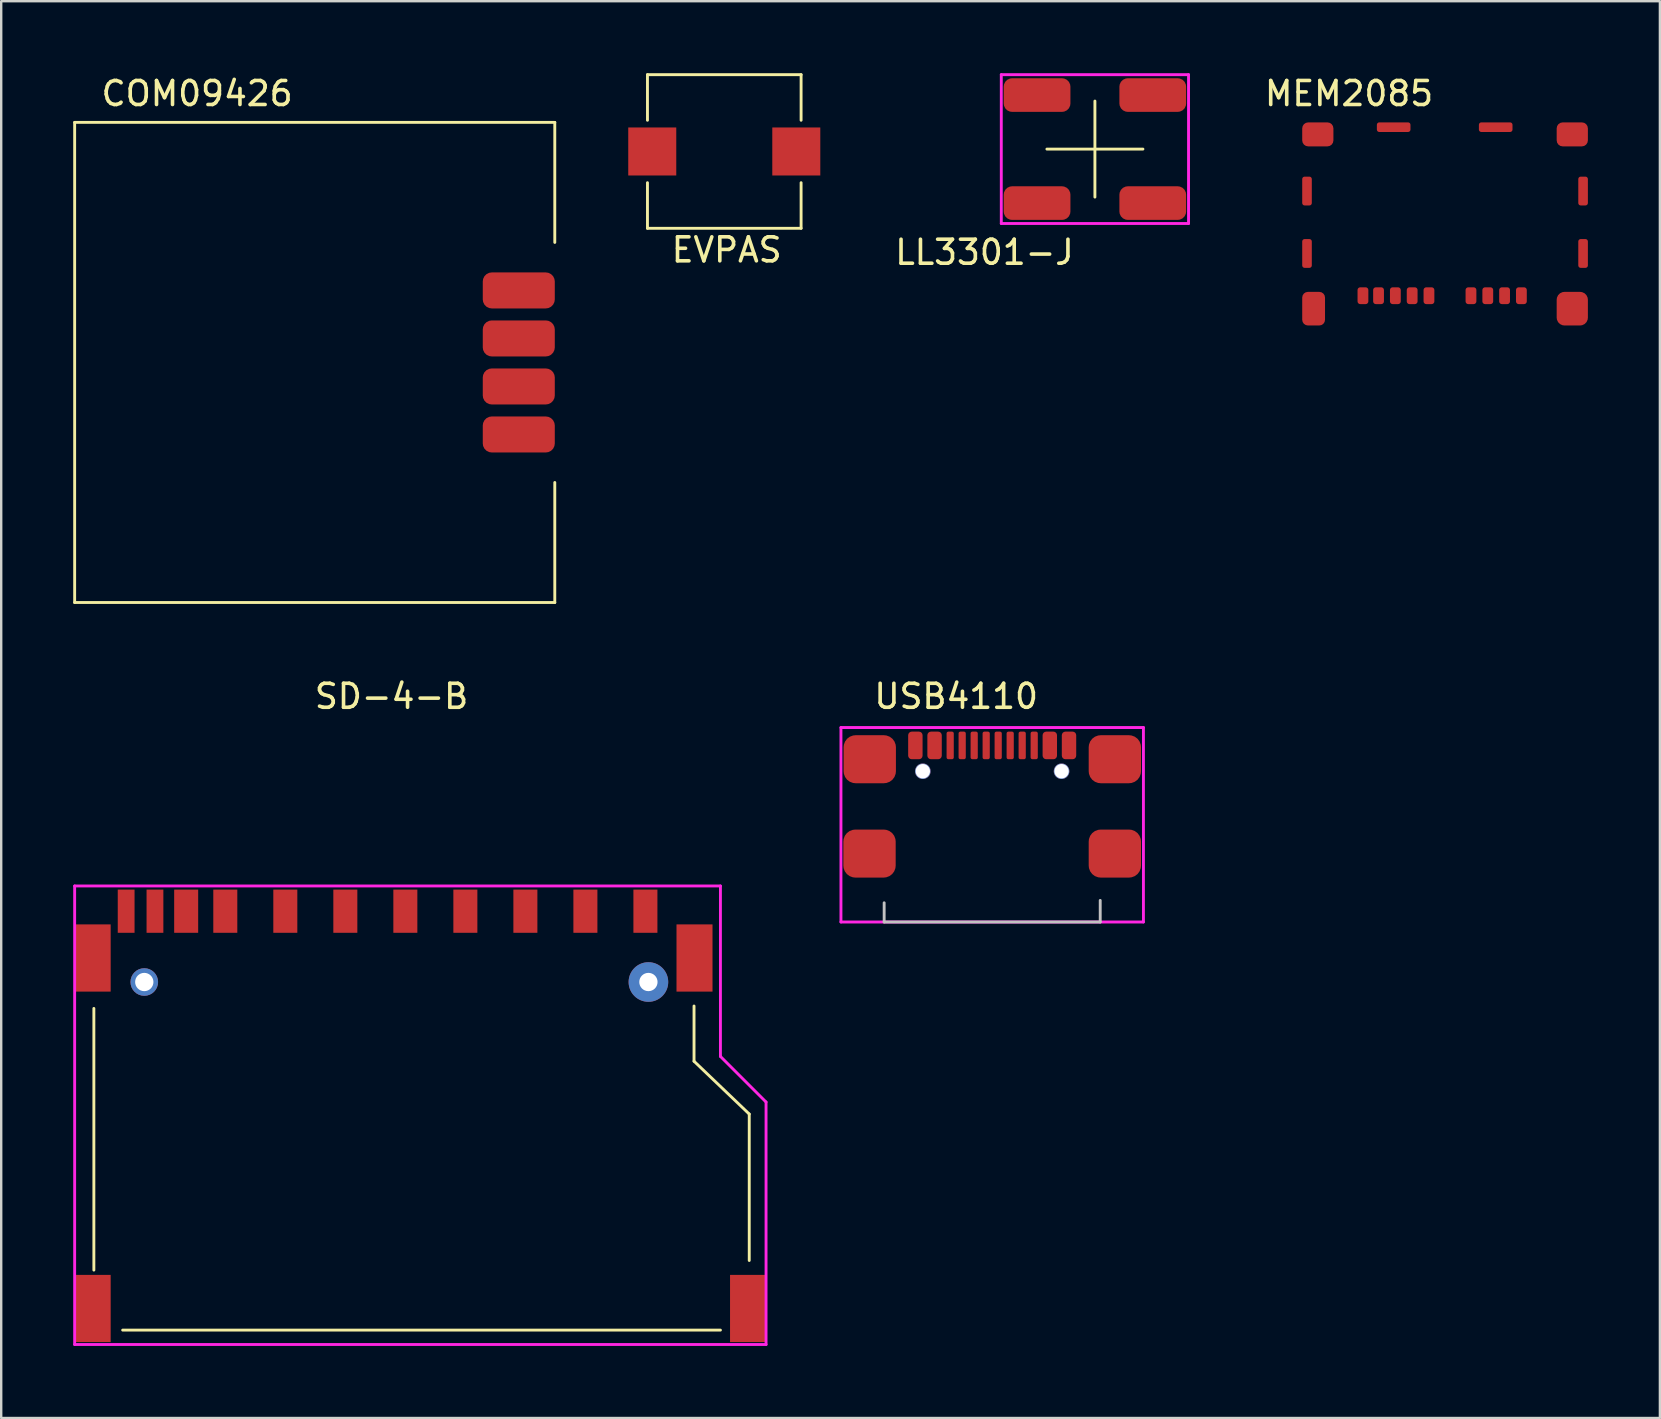
<source format=kicad_pcb>
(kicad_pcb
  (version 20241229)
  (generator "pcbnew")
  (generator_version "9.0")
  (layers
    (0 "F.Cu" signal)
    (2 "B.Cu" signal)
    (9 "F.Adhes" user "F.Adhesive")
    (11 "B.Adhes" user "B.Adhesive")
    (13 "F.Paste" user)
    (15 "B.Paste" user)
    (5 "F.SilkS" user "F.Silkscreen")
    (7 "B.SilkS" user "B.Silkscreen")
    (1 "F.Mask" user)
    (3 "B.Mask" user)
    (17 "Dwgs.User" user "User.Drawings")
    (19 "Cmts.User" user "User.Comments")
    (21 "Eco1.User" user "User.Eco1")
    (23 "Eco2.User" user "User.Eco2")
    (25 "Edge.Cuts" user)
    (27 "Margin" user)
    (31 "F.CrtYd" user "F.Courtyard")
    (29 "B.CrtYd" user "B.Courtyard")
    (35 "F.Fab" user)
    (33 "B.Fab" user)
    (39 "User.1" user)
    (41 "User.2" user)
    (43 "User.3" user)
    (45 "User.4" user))
  (footprint "EVPAS"
    (layer "F.Cu")
    (at 27.12 3.26)
    (property "Reference" "EVPAS" (at 0.1 4.1 0) (layer "F.SilkS") (effects (font (size 1 1) (thickness 0.15))))
    (attr through_hole)
    (fp_line (start -3.2 -3.2) (end 3.2 -3.2) (stroke (width 0.12) (type solid)) (layer "F.SilkS"))
    (fp_line (start -3.2 -1.3) (end -3.2 -3.2) (stroke (width 0.12) (type solid)) (layer "F.SilkS"))
    (fp_line (start -3.2 3.2) (end -3.2 1.3) (stroke (width 0.12) (type solid)) (layer "F.SilkS"))
    (fp_line (start -3.2 3.2) (end 3.2 3.2) (stroke (width 0.12) (type solid)) (layer "F.SilkS"))
    (fp_line (start 3.2 -3.2) (end 3.2 -1.3) (stroke (width 0.12) (type solid)) (layer "F.SilkS"))
    (fp_line (start 3.2 3.2) (end 3.2 1.3) (stroke (width 0.12) (type solid)) (layer "F.SilkS"))
    (pad "1" smd rect (at -3 0) (size 2 2) (layers "F.Cu" "F.Mask" "F.Paste"))
    (pad "2" smd rect (at 3 0) (size 2 2) (layers "F.Cu" "F.Mask" "F.Paste")))
  (footprint "USB4110"
    (layer "F.Cu")
    (at 38.28 35.356)
    (property "Reference" "USB4110" (at -1.5 -9.4 0) (layer "F.SilkS") (effects (font (size 1 1) (thickness 0.15))))
    (attr through_hole)
    (fp_line (start -4.5 -0.8) (end -4.5 0) (stroke (width 0.12) (type solid)) (layer "Dwgs.User"))
    (fp_line (start -4.5 0) (end 4.5 0) (stroke (width 0.12) (type solid)) (layer "Dwgs.User"))
    (fp_line (start 4.5 0) (end 4.5 -0.9) (stroke (width 0.12) (type solid)) (layer "Dwgs.User"))
    (fp_line (start -6.3 -8.1) (end 6.3 -8.1) (stroke (width 0.12) (type solid)) (layer "F.CrtYd"))
    (fp_line (start -6.3 0) (end -6.3 -8.1) (stroke (width 0.12) (type solid)) (layer "F.CrtYd"))
    (fp_line (start -6.3 0) (end 6.3 0) (stroke (width 0.12) (type solid)) (layer "F.CrtYd"))
    (fp_line (start 6.3 -8.1) (end 6.3 0) (stroke (width 0.12) (type solid)) (layer "F.CrtYd"))
    (pad "" np_thru_hole circle (at -2.89 -6.28) (size 0.65 0.65) (drill 0.6) (layers "*.Cu" "*.Mask"))
    (pad "" np_thru_hole circle (at 2.89 -6.28) (size 0.65 0.65) (drill 0.6) (layers "*.Cu" "*.Mask"))
    (pad "A1" smd roundrect (at -3.2 -7.355) (size 0.6 1.15) (layers "F.Cu" "F.Mask" "F.Paste") (roundrect_rratio 0.25))
    (pad "A1" smd roundrect (at 3.2 -7.355) (size 0.6 1.15) (layers "F.Cu" "F.Mask" "F.Paste") (roundrect_rratio 0.25))
    (pad "A4" smd roundrect (at -2.4 -7.355) (size 0.6 1.15) (layers "F.Cu" "F.Mask" "F.Paste") (roundrect_rratio 0.25))
    (pad "A4" smd roundrect (at 2.4 -7.355) (size 0.6 1.15) (layers "F.Cu" "F.Mask" "F.Paste") (roundrect_rratio 0.25))
    (pad "A5" smd roundrect (at -1.25 -7.355) (size 0.3 1.15) (layers "F.Cu" "F.Mask" "F.Paste") (roundrect_rratio 0.25))
    (pad "A6" smd roundrect (at -0.25 -7.355) (size 0.3 1.15) (layers "F.Cu" "F.Mask" "F.Paste") (roundrect_rratio 0.25))
    (pad "A7" smd roundrect (at 0.25 -7.355) (size 0.3 1.15) (layers "F.Cu" "F.Mask" "F.Paste") (roundrect_rratio 0.25))
    (pad "A8" smd roundrect (at 1.25 -7.355) (size 0.3 1.15) (layers "F.Cu" "F.Mask" "F.Paste") (roundrect_rratio 0.25))
    (pad "B5" smd roundrect (at 1.75 -7.355) (size 0.3 1.15) (layers "F.Cu" "F.Mask" "F.Paste") (roundrect_rratio 0.25))
    (pad "B6" smd roundrect (at 0.75 -7.355) (size 0.3 1.15) (layers "F.Cu" "F.Mask" "F.Paste") (roundrect_rratio 0.25))
    (pad "B7" smd roundrect (at -0.75 -7.355) (size 0.3 1.15) (layers "F.Cu" "F.Mask" "F.Paste") (roundrect_rratio 0.25))
    (pad "B8" smd roundrect (at -1.75 -7.355) (size 0.3 1.15) (layers "F.Cu" "F.Mask" "F.Paste") (roundrect_rratio 0.25))
    (pad "S1" smd roundrect (at -5.11 -2.85) (size 2.18 2) (layers "F.Cu" "F.Mask" "F.Paste") (roundrect_rratio 0.25))
    (pad "S1" smd roundrect (at -5.1 -6.78) (size 2.18 2) (layers "F.Cu" "F.Mask" "F.Paste") (roundrect_rratio 0.25))
    (pad "S1" smd roundrect (at 5.11 -6.78) (size 2.18 2) (layers "F.Cu" "F.Mask" "F.Paste") (roundrect_rratio 0.25))
    (pad "S1" smd roundrect (at 5.11 -2.85) (size 2.18 2) (layers "F.Cu" "F.Mask" "F.Paste") (roundrect_rratio 0.25)))
  (footprint "COM09426"
    (layer "F.Cu")
    (at 10.06 12.048)
    (property "Reference" "COM09426" (at -4.9 -11.2 0) (layer "F.SilkS") (effects (font (size 1 1) (thickness 0.15))))
    (attr through_hole)
    (fp_line (start -10 -10) (end 10 -10) (stroke (width 0.12) (type solid)) (layer "F.SilkS"))
    (fp_line (start -10 10) (end -10 -10) (stroke (width 0.12) (type solid)) (layer "F.SilkS"))
    (fp_line (start 10 -10) (end 10 -5) (stroke (width 0.12) (type solid)) (layer "F.SilkS"))
    (fp_line (start 10 5) (end 10 10) (stroke (width 0.12) (type solid)) (layer "F.SilkS"))
    (fp_line (start 10 10) (end -10 10) (stroke (width 0.12) (type solid)) (layer "F.SilkS"))
    (pad "1" smd roundrect (at 8.5 3) (size 3 1.5) (layers "F.Cu" "F.Mask" "F.Paste") (roundrect_rratio 0.25))
    (pad "2" smd roundrect (at 8.5 1) (size 3 1.5) (layers "F.Cu" "F.Mask" "F.Paste") (roundrect_rratio 0.25))
    (pad "3" smd roundrect (at 8.5 -1) (size 3 1.5) (layers "F.Cu" "F.Mask" "F.Paste") (roundrect_rratio 0.25))
    (pad "4" smd roundrect (at 8.5 -3) (size 3 1.5) (layers "F.Cu" "F.Mask" "F.Paste") (roundrect_rratio 0.25)))
  (footprint "MEM2085"
    (layer "F.Cu")
    (at 57.144 2.248)
    (property "Reference" "MEM2085" (at -4 -1.4 0) (layer "F.SilkS") (effects (font (size 1 1) (thickness 0.15))))
    (attr through_hole)
    (pad "1" smd roundrect (at 3.18 7.02) (size 0.45 0.7) (layers "F.Cu" "F.Mask" "F.Paste") (roundrect_rratio 0.25))
    (pad "2" smd roundrect (at 2.48 7.02) (size 0.45 0.7) (layers "F.Cu" "F.Mask" "F.Paste") (roundrect_rratio 0.25))
    (pad "3" smd roundrect (at 1.78 7.02) (size 0.45 0.7) (layers "F.Cu" "F.Mask" "F.Paste") (roundrect_rratio 0.25))
    (pad "4" smd roundrect (at 1.08 7.02) (size 0.45 0.7) (layers "F.Cu" "F.Mask" "F.Paste") (roundrect_rratio 0.25))
    (pad "5" smd roundrect (at -0.67 7.02) (size 0.45 0.7) (layers "F.Cu" "F.Mask" "F.Paste") (roundrect_rratio 0.25))
    (pad "6" smd roundrect (at -1.37 7.02) (size 0.45 0.7) (layers "F.Cu" "F.Mask" "F.Paste") (roundrect_rratio 0.25))
    (pad "7" smd roundrect (at -2.77 7.02) (size 0.45 0.7) (layers "F.Cu" "F.Mask" "F.Paste") (roundrect_rratio 0.25))
    (pad "8" smd roundrect (at -3.42 7.02) (size 0.45 0.7) (layers "F.Cu" "F.Mask" "F.Paste") (roundrect_rratio 0.25))
    (pad "CD" smd roundrect (at -2.07 7.02) (size 0.45 0.7) (layers "F.Cu" "F.Mask" "F.Paste") (roundrect_rratio 0.25))
    (pad "GND" smd roundrect (at -5.75 2.66) (size 0.4 1.2) (layers "F.Cu" "F.Mask" "F.Paste") (roundrect_rratio 0.25))
    (pad "GND" smd roundrect (at -5.75 5.26) (size 0.4 1.2) (layers "F.Cu" "F.Mask" "F.Paste") (roundrect_rratio 0.25))
    (pad "GND" smd roundrect (at -5.475 7.56) (size 0.95 1.4) (layers "F.Cu" "F.Mask" "F.Paste") (roundrect_rratio 0.25))
    (pad "GND" smd roundrect (at -5.3 0.3) (size 1.3 1) (layers "F.Cu" "F.Mask" "F.Paste") (roundrect_rratio 0.25))
    (pad "GND" smd roundrect (at -2.14 0) (size 1.4 0.4) (layers "F.Cu" "F.Mask" "F.Paste") (roundrect_rratio 0.25))
    (pad "GND" smd roundrect (at 2.11 0) (size 1.4 0.4) (layers "F.Cu" "F.Mask" "F.Paste") (roundrect_rratio 0.25))
    (pad "GND" smd roundrect (at 5.3 0.3) (size 1.3 1) (layers "F.Cu" "F.Mask" "F.Paste") (roundrect_rratio 0.25))
    (pad "GND" smd roundrect (at 5.3 7.56) (size 1.3 1.4) (layers "F.Cu" "F.Mask" "F.Paste") (roundrect_rratio 0.25))
    (pad "GND" smd roundrect (at 5.75 2.66) (size 0.4 1.2) (layers "F.Cu" "F.Mask" "F.Paste") (roundrect_rratio 0.25))
    (pad "GND" smd roundrect (at 5.75 5.26) (size 0.4 1.2) (layers "F.Cu" "F.Mask" "F.Paste") (roundrect_rratio 0.25)))
  (footprint "SD-4-B"
    (layer "F.Cu")
    (at 14.46 37.856)
    (property "Reference" "SD-4-B" (at -1.2 -11.9 0) (layer "F.SilkS") (effects (font (size 1 1) (thickness 0.15))))
    (attr through_hole)
    (fp_line (start -13.6 12) (end -13.6 1.1) (stroke (width 0.12) (type solid)) (layer "F.SilkS"))
    (fp_line (start 11.4 3.3) (end 11.4 1) (stroke (width 0.12) (type solid)) (layer "F.SilkS"))
    (fp_line (start 12.5 14.5) (end -12.4 14.5) (stroke (width 0.12) (type solid)) (layer "F.SilkS"))
    (fp_line (start 13.7 5.5) (end 11.4 3.3) (stroke (width 0.12) (type solid)) (layer "F.SilkS"))
    (fp_line (start 13.7 11.6) (end 13.7 5.5) (stroke (width 0.12) (type solid)) (layer "F.SilkS"))
    (fp_line (start -14.4 -4) (end 12.5 -4) (stroke (width 0.12) (type solid)) (layer "F.CrtYd"))
    (fp_line (start -14.4 15.1) (end -14.4 -4) (stroke (width 0.12) (type solid)) (layer "F.CrtYd"))
    (fp_line (start 12.5 3.1) (end 12.5 -4) (stroke (width 0.12) (type solid)) (layer "F.CrtYd"))
    (fp_line (start 14.4 5) (end 12.5 3.1) (stroke (width 0.12) (type solid)) (layer "F.CrtYd"))
    (fp_line (start 14.4 5) (end 14.4 15.1) (stroke (width 0.12) (type solid)) (layer "F.CrtYd"))
    (fp_line (start 14.4 15.1) (end -14.4 15.1) (stroke (width 0.12) (type solid)) (layer "F.CrtYd"))
    (pad "" np_thru_hole circle (at -11.5 0) (size 1.15 1.15) (drill 0.762) (layers "*.Cu" "*.Mask"))
    (pad "" np_thru_hole circle (at 9.5 0) (size 1.65 1.65) (drill 0.762) (layers "*.Cu" "*.Mask"))
    (pad "1" smd rect (at 6.875 -2.95) (size 1 1.8) (layers "F.Cu" "F.Mask" "F.Paste"))
    (pad "2" smd rect (at 4.375 -2.95) (size 1 1.8) (layers "F.Cu" "F.Mask" "F.Paste"))
    (pad "3" smd rect (at 1.875 -2.95) (size 1 1.8) (layers "F.Cu" "F.Mask" "F.Paste"))
    (pad "4" smd rect (at -0.625 -2.95) (size 1 1.8) (layers "F.Cu" "F.Mask" "F.Paste"))
    (pad "5" smd rect (at -3.125 -2.95) (size 1 1.8) (layers "F.Cu" "F.Mask" "F.Paste"))
    (pad "6" smd rect (at -5.625 -2.95) (size 1 1.8) (layers "F.Cu" "F.Mask" "F.Paste"))
    (pad "7" smd rect (at -8.125 -2.95) (size 1 1.8) (layers "F.Cu" "F.Mask" "F.Paste"))
    (pad "8" smd rect (at -9.755 -2.95) (size 1 1.8) (layers "F.Cu" "F.Mask" "F.Paste"))
    (pad "9" smd rect (at 9.375 -2.95) (size 1 1.8) (layers "F.Cu" "F.Mask" "F.Paste"))
    (pad "10" smd rect (at -11.055 -2.95) (size 0.7 1.8) (layers "F.Cu" "F.Mask" "F.Paste"))
    (pad "11" smd rect (at -12.255 -2.95) (size 0.7 1.8) (layers "F.Cu" "F.Mask" "F.Paste"))
    (pad "G" smd rect (at -13.65 -1) (size 1.5 2.8) (layers "F.Cu" "F.Mask" "F.Paste"))
    (pad "G" smd rect (at -13.65 13.6) (size 1.5 2.8) (layers "F.Cu" "F.Mask" "F.Paste"))
    (pad "G" smd rect (at 11.42 -1) (size 1.5 2.8) (layers "F.Cu" "F.Mask" "F.Paste"))
    (pad "G" smd rect (at 13.65 13.6) (size 1.5 2.8) (layers "F.Cu" "F.Mask" "F.Paste")))
  (footprint "LL3301-J"
    (layer "F.Cu")
    (at 42.559 3.16)
    (property "Reference" "LL3301-J" (at -4.6 4.3 0) (layer "F.SilkS") (effects (font (size 1 1) (thickness 0.15))))
    (attr through_hole)
    (fp_line (start -2 0) (end 2 0) (stroke (width 0.12) (type solid)) (layer "F.SilkS"))
    (fp_line (start 0 -2) (end 0 2) (stroke (width 0.12) (type solid)) (layer "F.SilkS"))
    (fp_line (start -3.9 -3.1) (end 3.9 -3.1) (stroke (width 0.12) (type solid)) (layer "F.CrtYd"))
    (fp_line (start -3.9 3.1) (end -3.9 -3.1) (stroke (width 0.12) (type solid)) (layer "F.CrtYd"))
    (fp_line (start 3.9 -3.1) (end 3.9 3.1) (stroke (width 0.12) (type solid)) (layer "F.CrtYd"))
    (fp_line (start 3.9 3.1) (end -3.9 3.1) (stroke (width 0.12) (type solid)) (layer "F.CrtYd"))
    (pad "1" smd roundrect (at -2.41 2.25) (size 2.78 1.4) (layers "F.Cu" "F.Mask" "F.Paste") (roundrect_rratio 0.25))
    (pad "2" smd roundrect (at 2.41 2.25) (size 2.78 1.4) (layers "F.Cu" "F.Mask" "F.Paste") (roundrect_rratio 0.25))
    (pad "3" smd roundrect (at -2.41 -2.25) (size 2.78 1.4) (layers "F.Cu" "F.Mask" "F.Paste") (roundrect_rratio 0.25))
    (pad "4" smd roundrect (at 2.41 -2.25) (size 2.78 1.4) (layers "F.Cu" "F.Mask" "F.Paste") (roundrect_rratio 0.25)))
  (gr_rect
    (start -3 -3)
    (end 66.094 56.017)
    (stroke (width 0.1) (type default))
    (fill no)
    (layer "Edge.Cuts")))
</source>
